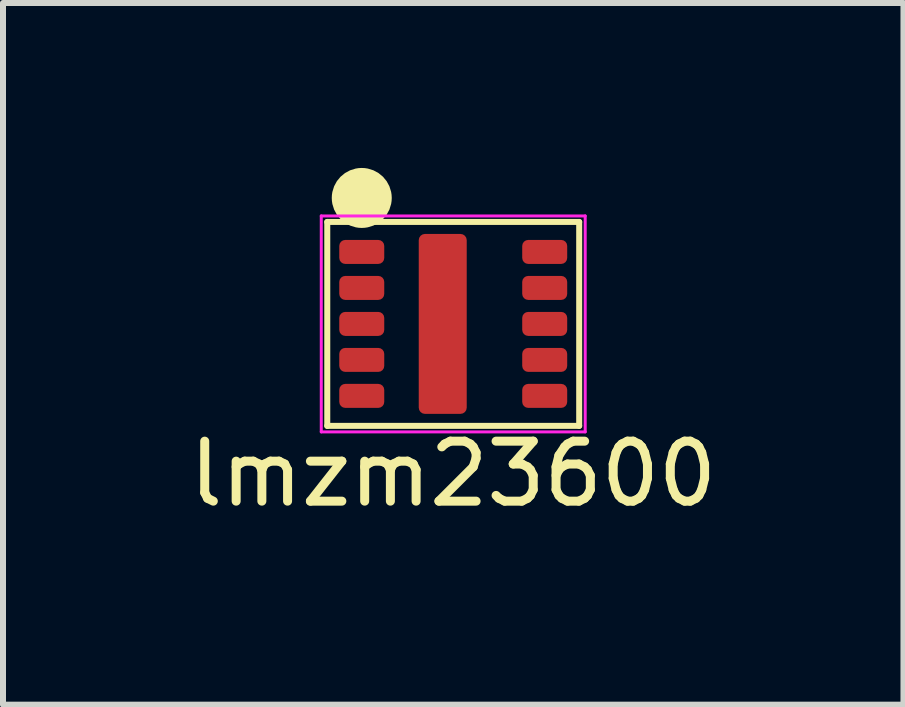
<source format=kicad_pcb>
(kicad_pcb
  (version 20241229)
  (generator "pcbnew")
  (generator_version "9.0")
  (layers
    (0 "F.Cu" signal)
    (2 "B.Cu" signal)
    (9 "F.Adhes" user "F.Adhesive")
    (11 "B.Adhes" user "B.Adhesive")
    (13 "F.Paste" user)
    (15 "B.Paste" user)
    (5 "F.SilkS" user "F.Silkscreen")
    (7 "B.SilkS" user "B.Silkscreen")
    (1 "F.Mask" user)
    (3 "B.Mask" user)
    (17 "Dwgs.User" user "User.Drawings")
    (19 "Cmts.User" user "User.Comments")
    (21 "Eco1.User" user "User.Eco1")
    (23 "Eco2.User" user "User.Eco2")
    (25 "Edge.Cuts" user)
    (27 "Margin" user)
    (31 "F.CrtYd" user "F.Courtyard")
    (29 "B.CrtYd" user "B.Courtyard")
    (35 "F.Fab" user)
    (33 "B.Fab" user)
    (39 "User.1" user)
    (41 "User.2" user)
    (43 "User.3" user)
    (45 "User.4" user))
  (footprint "lmzm23600"
    (layer "F.Cu")
    (at 4.506 2.35)
    (property "Reference" "lmzm23600" (at 0 2.5 0) (layer "F.SilkS") (effects (font (size 1 1) (thickness 0.15))))
    (attr smd)
    (fp_line (start -2.1 -1.7) (end 2.1 -1.7) (stroke (width 0.1) (type solid)) (layer "F.SilkS"))
    (fp_line (start -2.1 1.7) (end -2.1 -1.7) (stroke (width 0.1) (type solid)) (layer "F.SilkS"))
    (fp_line (start 2.1 -1.7) (end 2.1 1.7) (stroke (width 0.1) (type solid)) (layer "F.SilkS"))
    (fp_line (start 2.1 1.7) (end -2.1 1.7) (stroke (width 0.1) (type solid)) (layer "F.SilkS"))
    (fp_circle (center -1.525 -2.1) (end -1.525 -2.1) (stroke (width 0.5) (type solid)) (fill no) (layer "F.SilkS"))
    (fp_line (start -2.2 -1.8) (end -2.2 1.8) (stroke (width 0.05) (type solid)) (layer "F.CrtYd"))
    (fp_line (start -2.2 1.8) (end 2.2 1.8) (stroke (width 0.05) (type solid)) (layer "F.CrtYd"))
    (fp_line (start 2.2 -1.8) (end -2.2 -1.8) (stroke (width 0.05) (type solid)) (layer "F.CrtYd"))
    (fp_line (start 2.2 1.8) (end 2.2 -1.8) (stroke (width 0.05) (type solid)) (layer "F.CrtYd"))
    (pad "" smd roundrect (at -0.175 -1.03) (size 0.7 0.833) (layers "F.Paste") (roundrect_rratio 0.15))
    (pad "" smd roundrect (at -0.175 0) (size 0.7 0.833) (layers "F.Paste") (roundrect_rratio 0.15))
    (pad "" smd roundrect (at -0.175 1.03) (size 0.7 0.833) (layers "F.Paste") (roundrect_rratio 0.15))
    (pad "1" smd roundrect (at -1.525 -1.2) (size 0.75 0.4) (layers "F.Cu" "F.Mask" "F.Paste") (roundrect_rratio 0.25))
    (pad "2" smd roundrect (at -1.525 -0.6) (size 0.75 0.4) (layers "F.Cu" "F.Mask" "F.Paste") (roundrect_rratio 0.25))
    (pad "3" smd roundrect (at -1.525 0) (size 0.75 0.4) (layers "F.Cu" "F.Mask" "F.Paste") (roundrect_rratio 0.25))
    (pad "4" smd roundrect (at -1.525 0.6) (size 0.75 0.4) (layers "F.Cu" "F.Mask" "F.Paste") (roundrect_rratio 0.25))
    (pad "5" smd roundrect (at -1.525 1.2) (size 0.75 0.4) (layers "F.Cu" "F.Mask" "F.Paste") (roundrect_rratio 0.25))
    (pad "6" smd roundrect (at 1.525 1.2) (size 0.75 0.4) (layers "F.Cu" "F.Mask" "F.Paste") (roundrect_rratio 0.25))
    (pad "7" smd roundrect (at 1.525 0.6) (size 0.75 0.4) (layers "F.Cu" "F.Mask" "F.Paste") (roundrect_rratio 0.25))
    (pad "8" smd roundrect (at 1.525 0) (size 0.75 0.4) (layers "F.Cu" "F.Mask" "F.Paste") (roundrect_rratio 0.25))
    (pad "9" smd roundrect (at 1.525 -0.6) (size 0.75 0.4) (layers "F.Cu" "F.Mask" "F.Paste") (roundrect_rratio 0.25))
    (pad "10" smd roundrect (at 1.525 -1.2) (size 0.75 0.4) (layers "F.Cu" "F.Mask" "F.Paste") (roundrect_rratio 0.25))
    (pad "PAD" smd roundrect (at -0.175 0) (size 0.8 3) (layers "F.Cu" "F.Mask") (roundrect_rratio 0.13)))
  (gr_rect
    (start -3 -3)
    (end 12.012 8.698)
    (stroke (width 0.1) (type default))
    (fill no)
    (layer "Edge.Cuts")))
</source>
